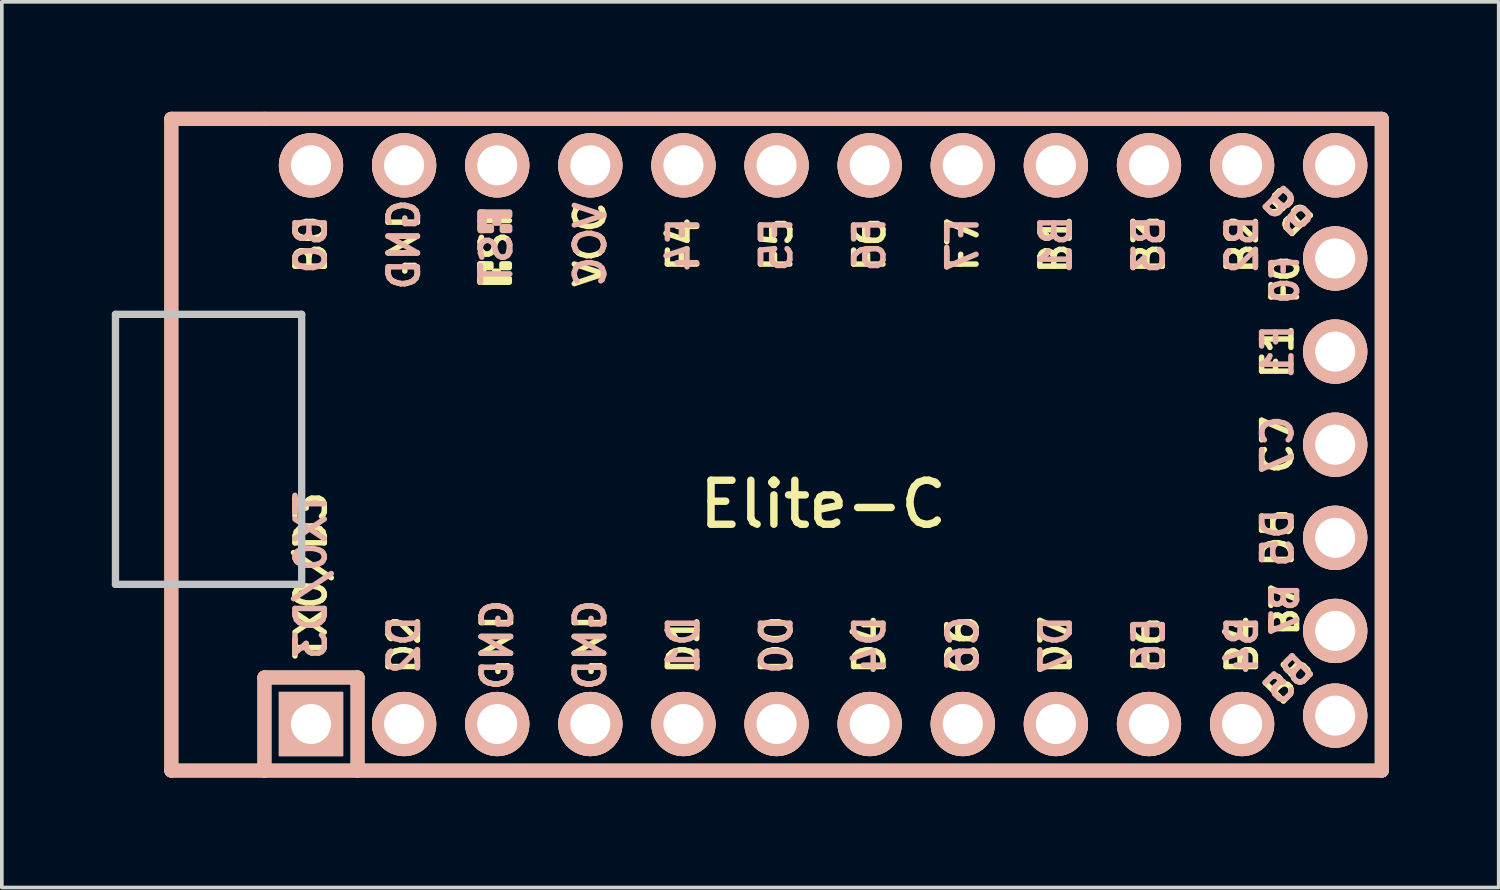
<source format=kicad_pcb>
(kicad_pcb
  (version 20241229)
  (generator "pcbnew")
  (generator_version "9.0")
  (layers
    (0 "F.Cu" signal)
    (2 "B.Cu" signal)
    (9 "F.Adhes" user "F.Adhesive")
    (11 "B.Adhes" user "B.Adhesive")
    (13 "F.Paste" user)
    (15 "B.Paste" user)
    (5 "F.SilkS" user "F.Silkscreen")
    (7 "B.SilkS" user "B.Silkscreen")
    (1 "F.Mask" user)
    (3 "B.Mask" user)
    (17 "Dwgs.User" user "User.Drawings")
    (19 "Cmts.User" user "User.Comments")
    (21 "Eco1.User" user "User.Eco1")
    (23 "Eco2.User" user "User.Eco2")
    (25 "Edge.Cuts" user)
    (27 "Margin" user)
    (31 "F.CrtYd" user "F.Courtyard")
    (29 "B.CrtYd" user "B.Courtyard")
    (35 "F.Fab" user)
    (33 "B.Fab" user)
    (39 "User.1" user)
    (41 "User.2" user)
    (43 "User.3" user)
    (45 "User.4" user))
  (footprint "Elite-C"
    (layer "F.Cu")
    (at 19.404 9.081)
    (property "Reference" "Elite-C" (at 0 1.625 0) (layer "F.SilkS") (effects (font (size 1.2 1.2) (thickness 0.203))))
    (attr through_hole)
    (fp_line (start -17.78 -8.89) (end -17.78 8.89) (stroke (width 0.381) (type solid)) (layer "F.SilkS"))
    (fp_line (start -17.78 8.89) (end -15.24 8.89) (stroke (width 0.381) (type solid)) (layer "F.SilkS"))
    (fp_line (start -15.24 -8.89) (end -17.78 -8.89) (stroke (width 0.381) (type solid)) (layer "F.SilkS"))
    (fp_line (start -15.24 6.35) (end -15.24 8.89) (stroke (width 0.381) (type solid)) (layer "F.SilkS"))
    (fp_line (start -15.24 6.35) (end -12.7 6.35) (stroke (width 0.381) (type solid)) (layer "F.SilkS"))
    (fp_line (start -15.24 8.89) (end 15.24 8.89) (stroke (width 0.381) (type solid)) (layer "F.SilkS"))
    (fp_line (start -12.7 6.35) (end -12.7 8.89) (stroke (width 0.381) (type solid)) (layer "F.SilkS"))
    (fp_line (start 15.24 -8.89) (end -15.24 -8.89) (stroke (width 0.381) (type solid)) (layer "F.SilkS"))
    (fp_line (start 15.24 8.89) (end 15.24 -8.89) (stroke (width 0.381) (type solid)) (layer "F.SilkS"))
    (fp_poly (pts (xy -9.361 -4.932) (xy -9.261 -4.932) (xy -9.261 -4.432) (xy -9.361 -4.432)) (stroke (width 0.15) (type solid)) (fill yes) (layer "F.SilkS"))
    (fp_poly (pts (xy -9.361 -4.932) (xy -9.061 -4.932) (xy -9.061 -4.832) (xy -9.361 -4.832)) (stroke (width 0.15) (type solid)) (fill yes) (layer "F.SilkS"))
    (fp_poly (pts (xy -9.361 -4.532) (xy -8.561 -4.532) (xy -8.561 -4.432) (xy -9.361 -4.432)) (stroke (width 0.15) (type solid)) (fill yes) (layer "F.SilkS"))
    (fp_poly (pts (xy -8.961 -4.732) (xy -8.861 -4.732) (xy -8.861 -4.632) (xy -8.961 -4.632)) (stroke (width 0.15) (type solid)) (fill yes) (layer "F.SilkS"))
    (fp_poly (pts (xy -8.761 -4.932) (xy -8.561 -4.932) (xy -8.561 -4.832) (xy -8.761 -4.832)) (stroke (width 0.15) (type solid)) (fill yes) (layer "F.SilkS"))
    (fp_line (start -17.78 -8.89) (end -17.78 8.89) (stroke (width 0.381) (type solid)) (layer "B.SilkS"))
    (fp_line (start -17.78 8.89) (end 15.24 8.89) (stroke (width 0.381) (type solid)) (layer "B.SilkS"))
    (fp_line (start -15.24 6.35) (end -15.24 8.89) (stroke (width 0.381) (type solid)) (layer "B.SilkS"))
    (fp_line (start -15.24 6.35) (end -12.7 6.35) (stroke (width 0.381) (type solid)) (layer "B.SilkS"))
    (fp_line (start -12.7 6.35) (end -12.7 8.89) (stroke (width 0.381) (type solid)) (layer "B.SilkS"))
    (fp_line (start 15.24 -8.89) (end -17.78 -8.89) (stroke (width 0.381) (type solid)) (layer "B.SilkS"))
    (fp_line (start 15.24 8.89) (end 15.24 -8.89) (stroke (width 0.381) (type solid)) (layer "B.SilkS"))
    (fp_poly (pts (xy -9.351 -6.245) (xy -8.551 -6.245) (xy -8.551 -6.345) (xy -9.351 -6.345)) (stroke (width 0.15) (type solid)) (fill yes) (layer "B.SilkS"))
    (fp_poly (pts (xy -9.351 -5.845) (xy -9.251 -5.845) (xy -9.251 -6.345) (xy -9.351 -6.345)) (stroke (width 0.15) (type solid)) (fill yes) (layer "B.SilkS"))
    (fp_poly (pts (xy -9.351 -5.845) (xy -9.051 -5.845) (xy -9.051 -5.945) (xy -9.351 -5.945)) (stroke (width 0.15) (type solid)) (fill yes) (layer "B.SilkS"))
    (fp_poly (pts (xy -8.951 -6.045) (xy -8.851 -6.045) (xy -8.851 -6.145) (xy -8.951 -6.145)) (stroke (width 0.15) (type solid)) (fill yes) (layer "B.SilkS"))
    (fp_poly (pts (xy -8.751 -5.845) (xy -8.551 -5.845) (xy -8.551 -5.945) (xy -8.751 -5.945)) (stroke (width 0.15) (type solid)) (fill yes) (layer "B.SilkS"))
    (fp_line (start -19.304 -3.556) (end -14.224 -3.556) (stroke (width 0.2) (type solid)) (layer "Dwgs.User"))
    (fp_line (start -19.304 3.81) (end -19.304 -3.556) (stroke (width 0.2) (type solid)) (layer "Dwgs.User"))
    (fp_line (start -14.224 -3.556) (end -14.224 3.81) (stroke (width 0.2) (type solid)) (layer "Dwgs.User"))
    (fp_line (start -14.224 3.81) (end -19.304 3.81) (stroke (width 0.2) (type solid)) (layer "Dwgs.User"))
    (fp_text user "F7" (at 3.81 -5.461 90) (layer "F.SilkS") (effects (font (size 0.8 0.8) (thickness 0.15))))
    (fp_text user "B0" (at -13.97 -5.461 90) (layer "F.SilkS") (effects (font (size 0.8 0.8) (thickness 0.15))))
    (fp_text user "F0" (at 12.6 -4.5 90) (layer "F.SilkS") (effects (font (size 0.7 0.7) (thickness 0.15))))
    (fp_text user "B4" (at 11.43 5.461 90) (layer "F.SilkS") (effects (font (size 0.8 0.8) (thickness 0.15))))
    (fp_text user "D2" (at -11.43 5.461 90) (layer "F.SilkS") (effects (font (size 0.8 0.8) (thickness 0.15))))
    (fp_text user "F6" (at 1.27 -5.461 90) (layer "F.SilkS") (effects (font (size 0.8 0.8) (thickness 0.15))))
    (fp_text user "D1" (at -3.81 5.461 90) (layer "F.SilkS") (effects (font (size 0.8 0.8) (thickness 0.15))))
    (fp_text user "F5" (at -1.27 -5.461 90) (layer "F.SilkS") (effects (font (size 0.8 0.8) (thickness 0.15))))
    (fp_text user "TX0/D3" (at -13.97 3.572 90) (layer "F.SilkS") (effects (font (size 0.8 0.8) (thickness 0.15))))
    (fp_text user "B7" (at 12.6 4.5 90) (layer "F.SilkS") (effects (font (size 0.7 0.7) (thickness 0.15))))
    (fp_text user "C7" (at 12.4 0 90) (layer "F.SilkS") (effects (font (size 0.8 0.8) (thickness 0.15))))
    (fp_text user "B6" (at 12.7 -6.4 135) (unlocked yes) (layer "F.SilkS") (effects (font (size 0.7 0.7) (thickness 0.15))))
    (fp_text user "VCC" (at -6.35 -5.461 90) (layer "F.SilkS") (effects (font (size 0.8 0.8) (thickness 0.15))))
    (fp_text user "GND" (at -6.35 5.461 90) (layer "F.SilkS") (effects (font (size 0.8 0.8) (thickness 0.15))))
    (fp_text user "E6" (at 8.89 5.461 90) (layer "F.SilkS") (effects (font (size 0.8 0.8) (thickness 0.15))))
    (fp_text user "D4" (at 1.27 5.461 90) (layer "F.SilkS") (effects (font (size 0.8 0.8) (thickness 0.15))))
    (fp_text user "B5" (at 12.7 6.4 45) (layer "F.SilkS") (effects (font (size 0.7 0.7) (thickness 0.15))))
    (fp_text user "D5" (at 12.4 2.54 90) (layer "F.SilkS") (effects (font (size 0.8 0.8) (thickness 0.15))))
    (fp_text user "B2" (at 11.43 -5.461 90) (layer "F.SilkS") (effects (font (size 0.8 0.8) (thickness 0.15))))
    (fp_text user "F1" (at 12.4 -2.54 90) (layer "F.SilkS") (effects (font (size 0.8 0.8) (thickness 0.15))))
    (fp_text user "F4" (at -3.81 -5.461 90) (layer "F.SilkS") (effects (font (size 0.8 0.8) (thickness 0.15))))
    (fp_text user "ST" (at -8.92 -5.733 90) (layer "F.SilkS") (effects (font (size 0.8 0.8) (thickness 0.15))))
    (fp_text user "B1" (at 6.35 -5.461 90) (layer "F.SilkS") (effects (font (size 0.8 0.8) (thickness 0.15))))
    (fp_text user "B3" (at 8.89 -5.461 90) (layer "F.SilkS") (effects (font (size 0.8 0.8) (thickness 0.15))))
    (fp_text user "D7" (at 6.35 5.461 90) (layer "F.SilkS") (effects (font (size 0.8 0.8) (thickness 0.15))))
    (fp_text user "C6" (at 3.81 5.461 90) (layer "F.SilkS") (effects (font (size 0.8 0.8) (thickness 0.15))))
    (fp_text user "D0" (at -1.27 5.461 90) (layer "F.SilkS") (effects (font (size 0.8 0.8) (thickness 0.15))))
    (fp_text user "GND" (at -11.43 -5.461 90) (layer "F.SilkS") (effects (font (size 0.8 0.8) (thickness 0.15))))
    (fp_text user "GND" (at -8.89 5.461 90) (layer "F.SilkS") (effects (font (size 0.8 0.8) (thickness 0.15))))
    (fp_text user "F6" (at 1.27 -5.461 90) (layer "B.SilkS") (effects (font (size 0.8 0.8) (thickness 0.15)) (justify mirror)))
    (fp_text user "GND" (at -6.35 5.461 90) (layer "B.SilkS") (effects (font (size 0.8 0.8) (thickness 0.15)) (justify mirror)))
    (fp_text user "D2" (at -11.43 5.461 90) (layer "B.SilkS") (effects (font (size 0.8 0.8) (thickness 0.15)) (justify mirror)))
    (fp_text user "B3" (at 8.89 -5.461 90) (layer "B.SilkS") (effects (font (size 0.8 0.8) (thickness 0.15)) (justify mirror)))
    (fp_text user "D0" (at -1.27 5.461 90) (layer "B.SilkS") (effects (font (size 0.8 0.8) (thickness 0.15)) (justify mirror)))
    (fp_text user "D4" (at 1.27 5.461 90) (layer "B.SilkS") (effects (font (size 0.8 0.8) (thickness 0.15)) (justify mirror)))
    (fp_text user "F5" (at -1.27 -5.461 90) (layer "B.SilkS") (effects (font (size 0.8 0.8) (thickness 0.15)) (justify mirror)))
    (fp_text user "B2" (at 11.43 -5.461 90) (layer "B.SilkS") (effects (font (size 0.8 0.8) (thickness 0.15)) (justify mirror)))
    (fp_text user "E6" (at 8.89 5.461 90) (layer "B.SilkS") (effects (font (size 0.8 0.8) (thickness 0.15)) (justify mirror)))
    (fp_text user "GND" (at -11.43 -5.461 90) (layer "B.SilkS") (effects (font (size 0.8 0.8) (thickness 0.15)) (justify mirror)))
    (fp_text user "D7" (at 6.35 5.461 90) (layer "B.SilkS") (effects (font (size 0.8 0.8) (thickness 0.15)) (justify mirror)))
    (fp_text user "TX0/D3" (at -13.97 3.572 90) (layer "B.SilkS") (effects (font (size 0.8 0.8) (thickness 0.15)) (justify mirror)))
    (fp_text user "D1" (at -3.81 5.461 90) (layer "B.SilkS") (effects (font (size 0.8 0.8) (thickness 0.15)) (justify mirror)))
    (fp_text user "C7" (at 12.4 0 90) (layer "B.SilkS") (effects (font (size 0.8 0.8) (thickness 0.15)) (justify mirror)))
    (fp_text user "D5" (at 12.4 2.54 90) (layer "B.SilkS") (effects (font (size 0.8 0.8) (thickness 0.15)) (justify mirror)))
    (fp_text user "ST" (at -8.91 -5.04 90) (layer "B.SilkS") (effects (font (size 0.8 0.8) (thickness 0.15)) (justify mirror)))
    (fp_text user "F7" (at 3.81 -5.461 90) (layer "B.SilkS") (effects (font (size 0.8 0.8) (thickness 0.15)) (justify mirror)))
    (fp_text user "GND" (at -8.89 5.461 90) (layer "B.SilkS") (effects (font (size 0.8 0.8) (thickness 0.15)) (justify mirror)))
    (fp_text user "F4" (at -3.81 -5.461 90) (layer "B.SilkS") (effects (font (size 0.8 0.8) (thickness 0.15)) (justify mirror)))
    (fp_text user "C6" (at 3.81 5.461 90) (layer "B.SilkS") (effects (font (size 0.8 0.8) (thickness 0.15)) (justify mirror)))
    (fp_text user "B4" (at 11.43 5.461 90) (layer "B.SilkS") (effects (font (size 0.8 0.8) (thickness 0.15)) (justify mirror)))
    (fp_text user "VCC" (at -6.35 -5.461 90) (layer "B.SilkS") (effects (font (size 0.8 0.8) (thickness 0.15)) (justify mirror)))
    (fp_text user "F1" (at 12.4 -2.54 90) (layer "B.SilkS") (effects (font (size 0.8 0.8) (thickness 0.15)) (justify mirror)))
    (fp_text user "B0" (at -13.97 -5.461 90) (layer "B.SilkS") (effects (font (size 0.8 0.8) (thickness 0.15)) (justify mirror)))
    (fp_text user "F0" (at 12.6 -4.5 90) (layer "B.SilkS") (effects (font (size 0.7 0.7) (thickness 0.15)) (justify mirror)))
    (fp_text user "B5" (at 12.7 6.4 45) (layer "B.SilkS") (effects (font (size 0.7 0.7) (thickness 0.15)) (justify mirror)))
    (fp_text user "B7" (at 12.6 4.5 90) (layer "B.SilkS") (effects (font (size 0.7 0.7) (thickness 0.15)) (justify mirror)))
    (fp_text user "B6" (at 12.7 -6.4 135) (unlocked yes) (layer "B.SilkS") (effects (font (size 0.7 0.7) (thickness 0.15)) (justify mirror)))
    (fp_text user "B1" (at 6.35 -5.461 90) (layer "B.SilkS") (effects (font (size 0.8 0.8) (thickness 0.15)) (justify mirror)))
    (pad "1" thru_hole rect (at -13.97 7.62) (size 1.753 1.753) (drill 1.092) (layers "*.Cu" "*.SilkS" "*.Mask"))
    (pad "2" thru_hole circle (at -11.43 7.62) (size 1.753 1.753) (drill 1.092) (layers "*.Cu" "*.SilkS" "*.Mask"))
    (pad "3" thru_hole circle (at -8.89 7.62) (size 1.753 1.753) (drill 1.092) (layers "*.Cu" "*.SilkS" "*.Mask"))
    (pad "4" thru_hole circle (at -6.35 7.62) (size 1.753 1.753) (drill 1.092) (layers "*.Cu" "*.SilkS" "*.Mask"))
    (pad "5" thru_hole circle (at -3.81 7.62) (size 1.753 1.753) (drill 1.092) (layers "*.Cu" "*.SilkS" "*.Mask"))
    (pad "6" thru_hole circle (at -1.27 7.62) (size 1.753 1.753) (drill 1.092) (layers "*.Cu" "*.SilkS" "*.Mask"))
    (pad "7" thru_hole circle (at 1.27 7.62) (size 1.753 1.753) (drill 1.092) (layers "*.Cu" "*.SilkS" "*.Mask"))
    (pad "8" thru_hole circle (at 3.81 7.62) (size 1.753 1.753) (drill 1.092) (layers "*.Cu" "*.SilkS" "*.Mask"))
    (pad "9" thru_hole circle (at 6.35 7.62) (size 1.753 1.753) (drill 1.092) (layers "*.Cu" "*.SilkS" "*.Mask"))
    (pad "10" thru_hole circle (at 8.89 7.62) (size 1.753 1.753) (drill 1.092) (layers "*.Cu" "*.SilkS" "*.Mask"))
    (pad "11" thru_hole circle (at 11.43 7.62) (size 1.753 1.753) (drill 1.092) (layers "*.Cu" "*.SilkS" "*.Mask"))
    (pad "12" thru_hole circle (at 13.97 7.391) (size 1.753 1.753) (drill 1.092) (layers "*.Cu" "*.SilkS" "*.Mask"))
    (pad "13" thru_hole circle (at 13.97 -7.62) (size 1.753 1.753) (drill 1.092) (layers "*.Cu" "*.SilkS" "*.Mask"))
    (pad "14" thru_hole circle (at 11.43 -7.62) (size 1.753 1.753) (drill 1.092) (layers "*.Cu" "*.SilkS" "*.Mask"))
    (pad "15" thru_hole circle (at 8.89 -7.62) (size 1.753 1.753) (drill 1.092) (layers "*.Cu" "*.SilkS" "*.Mask"))
    (pad "16" thru_hole circle (at 6.35 -7.62) (size 1.753 1.753) (drill 1.092) (layers "*.Cu" "*.SilkS" "*.Mask"))
    (pad "17" thru_hole circle (at 3.81 -7.62) (size 1.753 1.753) (drill 1.092) (layers "*.Cu" "*.SilkS" "*.Mask"))
    (pad "18" thru_hole circle (at 1.27 -7.62) (size 1.753 1.753) (drill 1.092) (layers "*.Cu" "*.SilkS" "*.Mask"))
    (pad "19" thru_hole circle (at -1.27 -7.62) (size 1.753 1.753) (drill 1.092) (layers "*.Cu" "*.SilkS" "*.Mask"))
    (pad "20" thru_hole circle (at -3.81 -7.62) (size 1.753 1.753) (drill 1.092) (layers "*.Cu" "*.SilkS" "*.Mask"))
    (pad "21" thru_hole circle (at -6.35 -7.62) (size 1.753 1.753) (drill 1.092) (layers "*.Cu" "*.SilkS" "*.Mask"))
    (pad "22" thru_hole circle (at -8.89 -7.62) (size 1.753 1.753) (drill 1.092) (layers "*.Cu" "*.SilkS" "*.Mask"))
    (pad "23" thru_hole circle (at -11.43 -7.62) (size 1.753 1.753) (drill 1.092) (layers "*.Cu" "*.SilkS" "*.Mask"))
    (pad "24" thru_hole circle (at -13.97 -7.62) (size 1.753 1.753) (drill 1.092) (layers "*.Cu" "*.SilkS" "*.Mask"))
    (pad "25" thru_hole circle (at 13.97 5.08) (size 1.753 1.753) (drill 1.092) (layers "*.Cu" "*.SilkS" "*.Mask"))
    (pad "26" thru_hole circle (at 13.97 2.54) (size 1.753 1.753) (drill 1.092) (layers "*.Cu" "*.SilkS" "*.Mask"))
    (pad "27" thru_hole circle (at 13.97 0) (size 1.753 1.753) (drill 1.092) (layers "*.Cu" "*.SilkS" "*.Mask"))
    (pad "28" thru_hole circle (at 13.97 -2.54) (size 1.753 1.753) (drill 1.092) (layers "*.Cu" "*.SilkS" "*.Mask"))
    (pad "29" thru_hole circle (at 13.97 -5.08) (size 1.753 1.753) (drill 1.092) (layers "*.Cu" "*.SilkS" "*.Mask")))
  (gr_rect
    (start -3 -3)
    (end 37.834 21.161)
    (stroke (width 0.1) (type default))
    (fill no)
    (layer "Edge.Cuts")))
</source>
